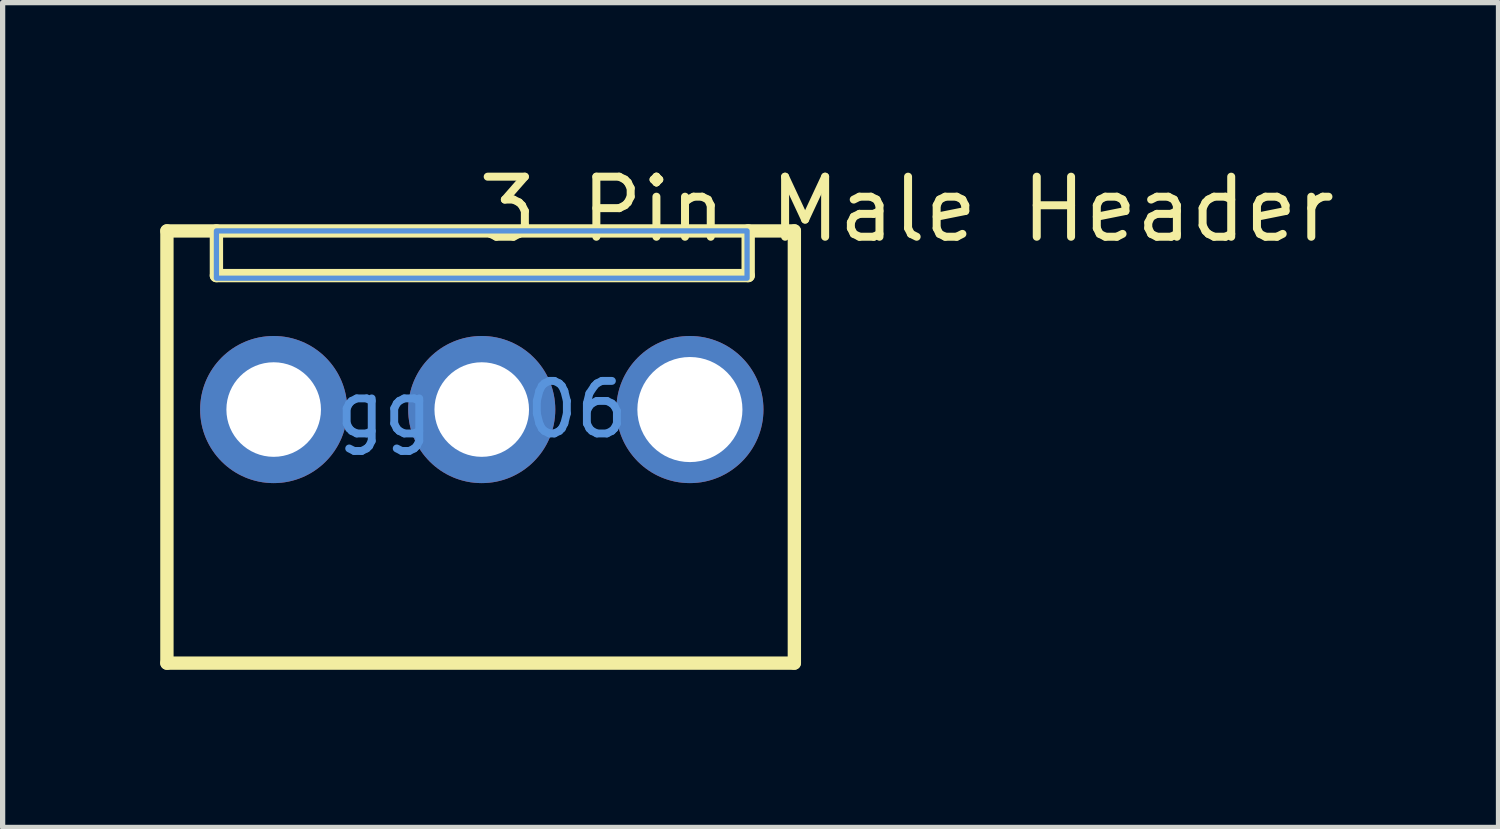
<source format=kicad_pcb>
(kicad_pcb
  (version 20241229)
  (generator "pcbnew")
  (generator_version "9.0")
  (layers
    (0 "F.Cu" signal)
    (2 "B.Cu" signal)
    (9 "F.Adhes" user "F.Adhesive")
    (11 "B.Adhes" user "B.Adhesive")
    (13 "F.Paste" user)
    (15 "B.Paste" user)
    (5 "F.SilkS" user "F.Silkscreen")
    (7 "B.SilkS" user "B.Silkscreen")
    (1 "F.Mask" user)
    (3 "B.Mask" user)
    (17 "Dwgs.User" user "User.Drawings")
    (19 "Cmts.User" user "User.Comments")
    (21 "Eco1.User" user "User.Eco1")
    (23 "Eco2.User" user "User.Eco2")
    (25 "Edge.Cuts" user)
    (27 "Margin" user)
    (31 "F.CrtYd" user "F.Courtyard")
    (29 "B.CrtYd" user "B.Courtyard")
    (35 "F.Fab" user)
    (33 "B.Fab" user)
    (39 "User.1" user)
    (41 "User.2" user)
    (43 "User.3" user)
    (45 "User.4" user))
  (footprint "3 Pin Male Header"
    (layer "F.Cu")
    (at 6.12 4.745)
    (property "Reference" "3 Pin Male Header" (at -0.151 -3.81 0) (layer "F.SilkS") (effects (font (size 1.143 1.143) (thickness 0.152)) (justify left)))
    (attr through_hole)
    (fp_line (start -5.993 -3.4) (end 5.949 -3.4) (stroke (width 0.254) (type solid)) (layer "F.SilkS"))
    (fp_line (start -5.993 4.826) (end -5.993 -3.4) (stroke (width 0.254) (type solid)) (layer "F.SilkS"))
    (fp_line (start -5.051 -2.55) (end -5.051 -3.4) (stroke (width 0.254) (type solid)) (layer "F.SilkS"))
    (fp_line (start 5.07 -3.4) (end 5.07 -2.55) (stroke (width 0.254) (type solid)) (layer "F.SilkS"))
    (fp_line (start 5.07 -2.55) (end -5.051 -2.55) (stroke (width 0.254) (type solid)) (layer "F.SilkS"))
    (fp_line (start 5.945 4.826) (end -5.993 4.826) (stroke (width 0.254) (type solid)) (layer "F.SilkS"))
    (fp_line (start 5.949 -3.4) (end 5.949 4.826) (stroke (width 0.254) (type solid)) (layer "F.SilkS"))
    (fp_poly (pts (xy 5.049 -3.4) (xy 5.049 -2.5) (xy -5.051 -2.5) (xy -5.051 -3.4)) (stroke (width 0.1) (type solid)) (fill no) (layer "Cmts.User"))
    (fp_text user "gge106" (at 0 0 0) (layer "Cmts.User") (effects (font (size 1 1) (thickness 0.15))))
    (pad "1" thru_hole circle (at -3.961 0) (size 2.8 2.8) (drill 1.8) (layers "*.Cu" "*.Paste" "*.Mask"))
    (pad "2" thru_hole circle (at -0.001 0) (size 2.8 2.8) (drill 1.8) (layers "*.Cu" "*.Paste" "*.Mask"))
    (pad "3" thru_hole circle (at 3.961 0) (size 2.8 2.8) (drill 2) (layers "*.Cu" "*.Paste" "*.Mask")))
  (gr_rect
    (start -3 -3)
    (end 25.471 12.698)
    (stroke (width 0.1) (type default))
    (fill no)
    (layer "Edge.Cuts")))
</source>
